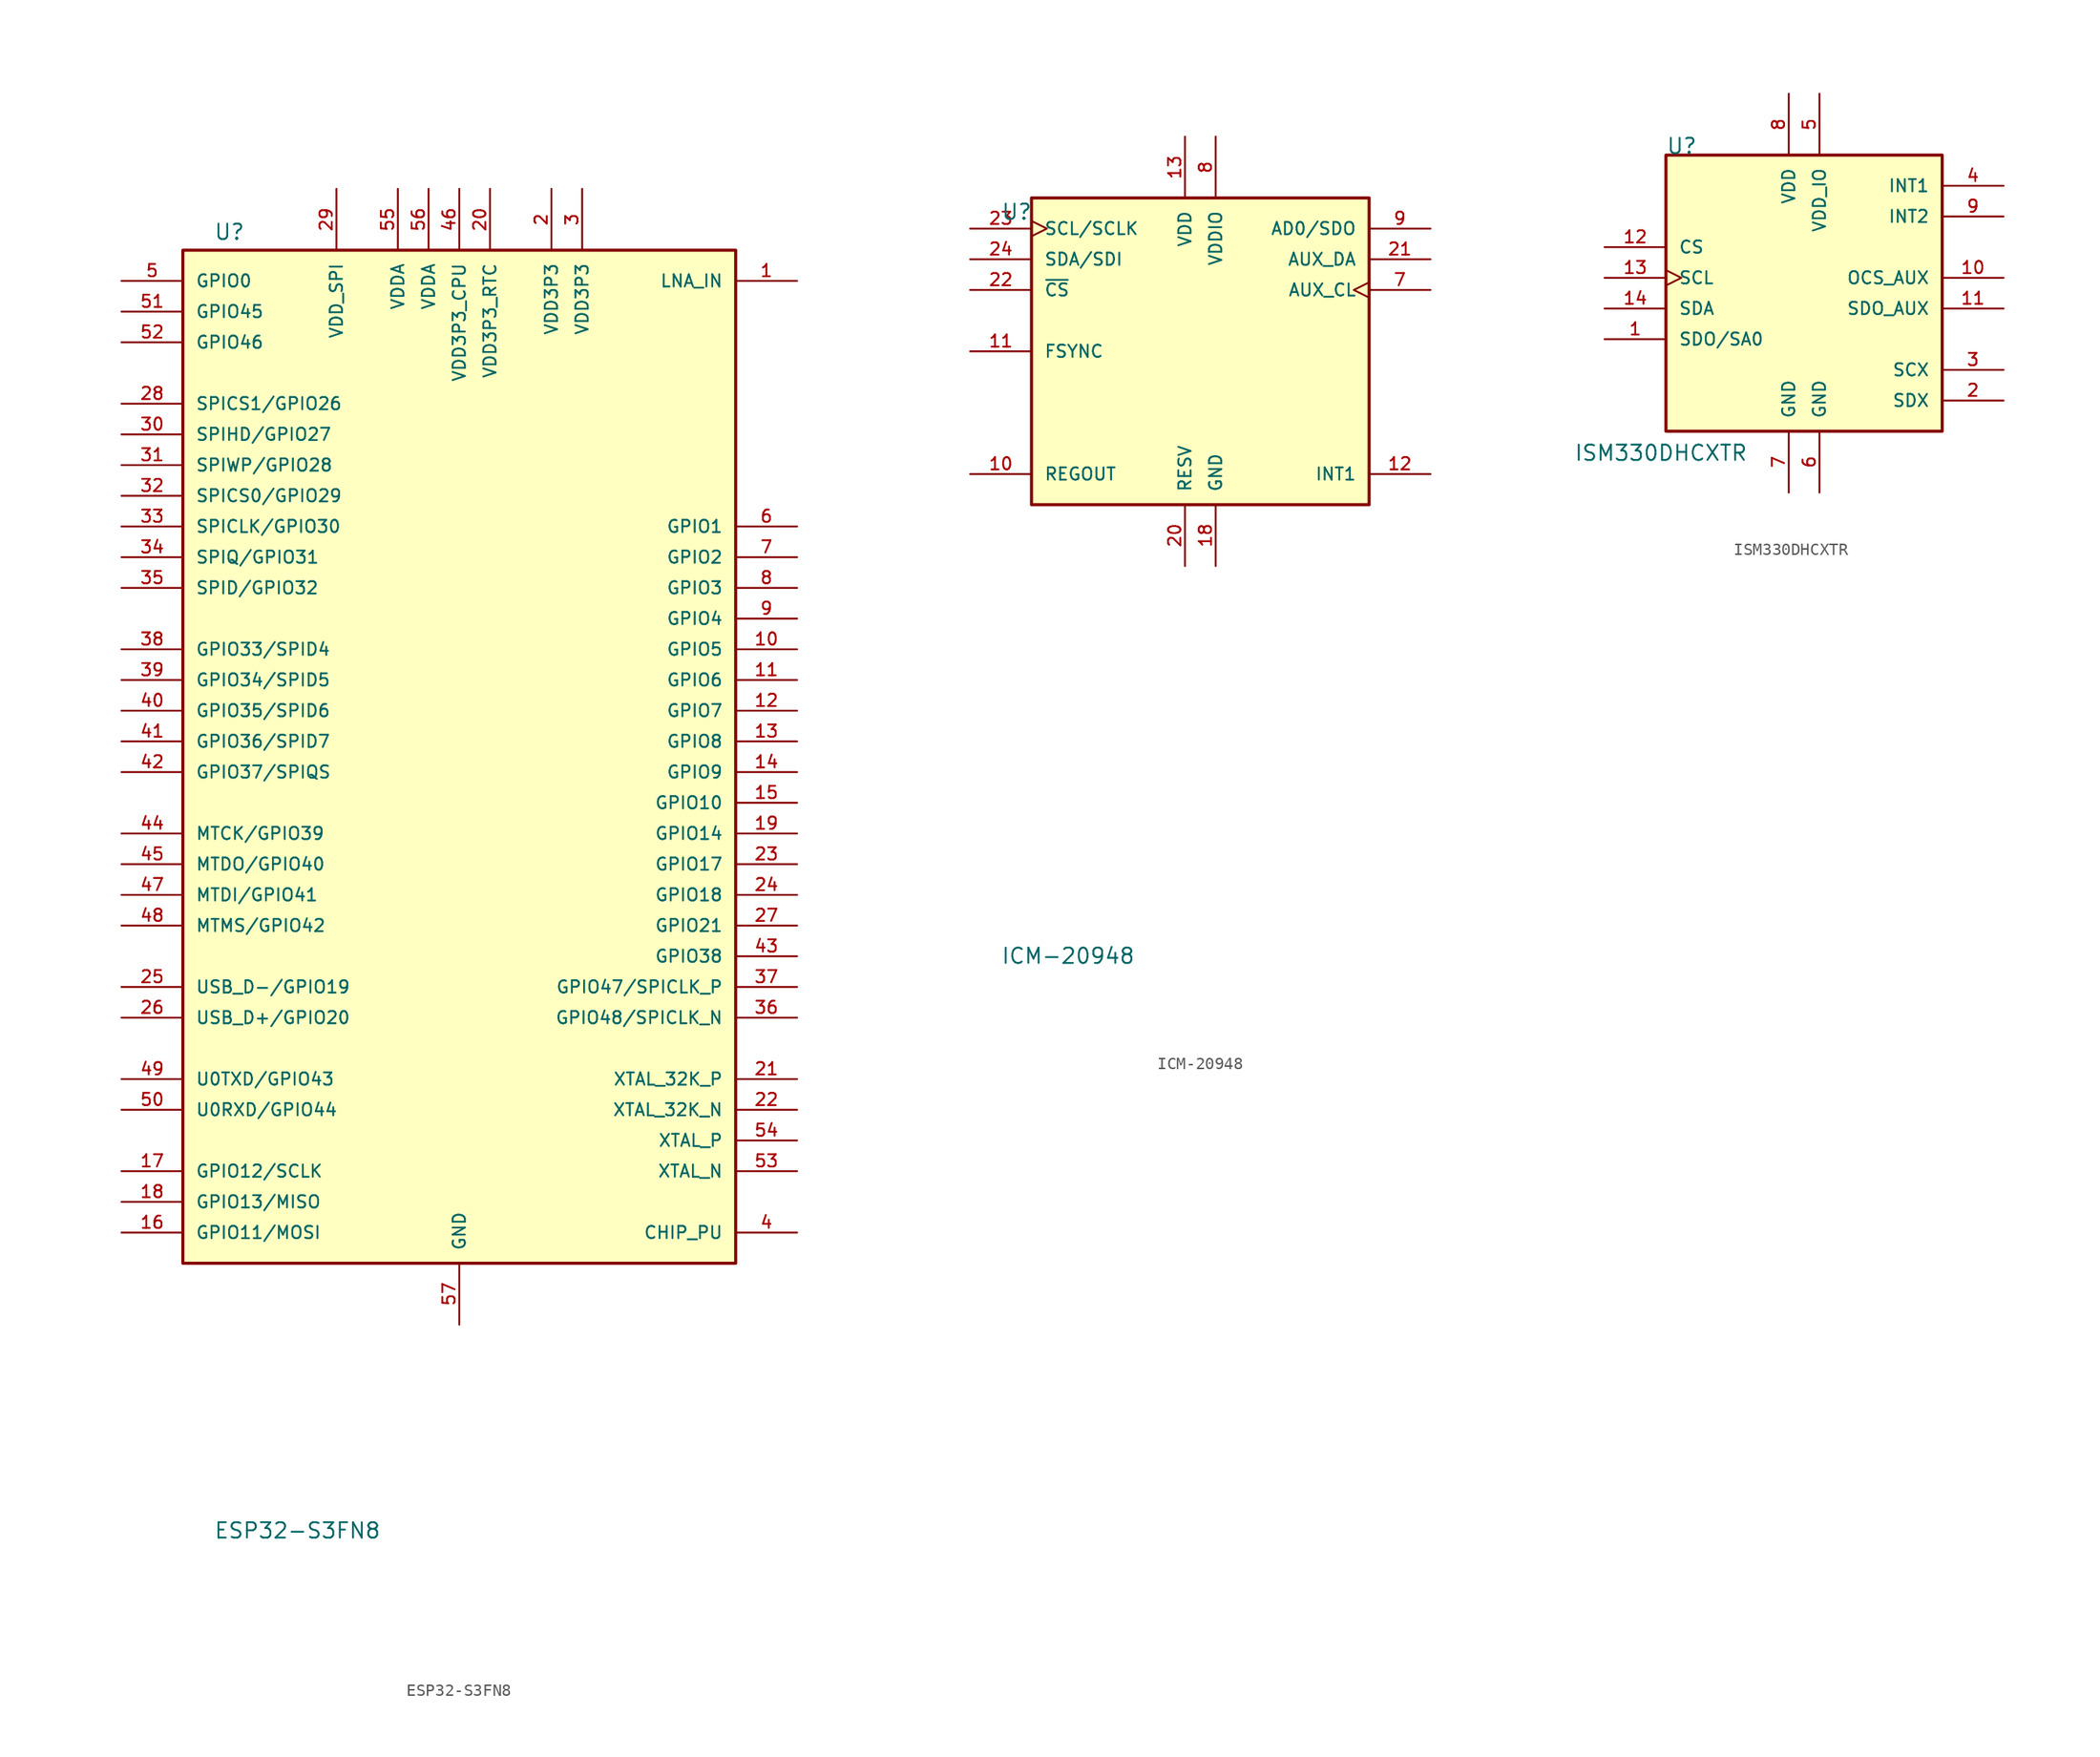
<source format=kicad_sym>
(kicad_symbol_lib
  (version 20231120)
  (generator "kicad_symbol_editor")
  (generator_version "8.0")
  (symbol "ESP32-S3FN8"
    (pin_names
      (offset 1.016))
    (property "Reference" "U"
      (at -17.78 51.562 0)
      (effects (font (size 1.27 1.27)) (justify left bottom)))
    (property "Value" "ESP32-S3FN8"
      (at -17.78 -55.88 0)
      (effects (font (size 1.27 1.27)) (justify left bottom)))
    (symbol "ESP32-S3FN8_0_0"
      (rectangle (start -20.32 50.8) (end 25.4 -33.02) (stroke (width 0.254) (type default)) (fill (type background)))
      (pin bidirectional line (at 30.48 48.26 180) (length 5.08) (name "LNA_IN" (effects (font (size 1.016 1.016)))) (number "1" (effects (font (size 1.016 1.016)))))
      (pin bidirectional line (at 30.48 17.78 180) (length 5.08) (name "GPIO5" (effects (font (size 1.016 1.016)))) (number "10" (effects (font (size 1.016 1.016)))))
      (pin bidirectional line (at 30.48 15.24 180) (length 5.08) (name "GPIO6" (effects (font (size 1.016 1.016)))) (number "11" (effects (font (size 1.016 1.016)))))
      (pin bidirectional line (at 30.48 12.7 180) (length 5.08) (name "GPIO7" (effects (font (size 1.016 1.016)))) (number "12" (effects (font (size 1.016 1.016)))))
      (pin bidirectional line (at 30.48 10.16 180) (length 5.08) (name "GPIO8" (effects (font (size 1.016 1.016)))) (number "13" (effects (font (size 1.016 1.016)))))
      (pin bidirectional line (at 30.48 7.62 180) (length 5.08) (name "GPIO9" (effects (font (size 1.016 1.016)))) (number "14" (effects (font (size 1.016 1.016)))))
      (pin bidirectional line (at 30.48 5.08 180) (length 5.08) (name "GPIO10" (effects (font (size 1.016 1.016)))) (number "15" (effects (font (size 1.016 1.016)))))
      (pin bidirectional line (at 30.48 2.54 180) (length 5.08) (name "GPIO14" (effects (font (size 1.016 1.016)))) (number "19" (effects (font (size 1.016 1.016)))))
      (pin power_in line (at 10.16 55.88 270) (length 5.08) (name "VDD3P3" (effects (font (size 1.016 1.016)))) (number "2" (effects (font (size 1.016 1.016)))))
      (pin power_in line (at 5.08 55.88 270) (length 5.08) (name "VDD3P3_RTC" (effects (font (size 1.016 1.016)))) (number "20" (effects (font (size 1.016 1.016)))))
      (pin bidirectional line (at 30.48 -17.78 180) (length 5.08) (name "XTAL_32K_P" (effects (font (size 1.016 1.016)))) (number "21" (effects (font (size 1.016 1.016)))))
      (pin bidirectional line (at 30.48 -20.32 180) (length 5.08) (name "XTAL_32K_N" (effects (font (size 1.016 1.016)))) (number "22" (effects (font (size 1.016 1.016)))))
      (pin bidirectional line (at 30.48 0 180) (length 5.08) (name "GPIO17" (effects (font (size 1.016 1.016)))) (number "23" (effects (font (size 1.016 1.016)))))
      (pin bidirectional line (at 30.48 -2.54 180) (length 5.08) (name "GPIO18" (effects (font (size 1.016 1.016)))) (number "24" (effects (font (size 1.016 1.016)))))
      (pin bidirectional line (at 30.48 -5.08 180) (length 5.08) (name "GPIO21" (effects (font (size 1.016 1.016)))) (number "27" (effects (font (size 1.016 1.016)))))
      (pin power_in line (at -7.62 55.88 270) (length 5.08) (name "VDD_SPI" (effects (font (size 1.016 1.016)))) (number "29" (effects (font (size 1.016 1.016)))))
      (pin bidirectional line (at 30.48 -12.7 180) (length 5.08) (name "GPIO48/SPICLK_N" (effects (font (size 1.016 1.016)))) (number "36" (effects (font (size 1.016 1.016)))))
      (pin bidirectional line (at 30.48 -10.16 180) (length 5.08) (name "GPIO47/SPICLK_P" (effects (font (size 1.016 1.016)))) (number "37" (effects (font (size 1.016 1.016)))))
      (pin input line (at 30.48 -30.48 180) (length 5.08) (name "CHIP_PU" (effects (font (size 1.016 1.016)))) (number "4" (effects (font (size 1.016 1.016)))))
      (pin bidirectional line (at 30.48 -7.62 180) (length 5.08) (name "GPIO38" (effects (font (size 1.016 1.016)))) (number "43" (effects (font (size 1.016 1.016)))))
      (pin power_in line (at 2.54 55.88 270) (length 5.08) (name "VDD3P3_CPU" (effects (font (size 1.016 1.016)))) (number "46" (effects (font (size 1.016 1.016)))))
      (pin bidirectional line (at -25.4 48.26 0) (length 5.08) (name "GPIO0" (effects (font (size 1.016 1.016)))) (number "5" (effects (font (size 1.016 1.016)))))
      (pin bidirectional line (at -25.4 45.72 0) (length 5.08) (name "GPIO45" (effects (font (size 1.016 1.016)))) (number "51" (effects (font (size 1.016 1.016)))))
      (pin bidirectional line (at -25.4 43.18 0) (length 5.08) (name "GPIO46" (effects (font (size 1.016 1.016)))) (number "52" (effects (font (size 1.016 1.016)))))
      (pin output line (at 30.48 -25.4 180) (length 5.08) (name "XTAL_N" (effects (font (size 1.016 1.016)))) (number "53" (effects (font (size 1.016 1.016)))))
      (pin input line (at 30.48 -22.86 180) (length 5.08) (name "XTAL_P" (effects (font (size 1.016 1.016)))) (number "54" (effects (font (size 1.016 1.016)))))
      (pin power_in line (at -2.54 55.88 270) (length 5.08) (name "VDDA" (effects (font (size 1.016 1.016)))) (number "55" (effects (font (size 1.016 1.016)))))
      (pin power_in line (at 2.54 -38.1 90) (length 5.08) (name "GND" (effects (font (size 1.016 1.016)))) (number "57" (effects (font (size 1.016 1.016)))))
      (pin bidirectional line (at 30.48 27.94 180) (length 5.08) (name "GPIO1" (effects (font (size 1.016 1.016)))) (number "6" (effects (font (size 1.016 1.016)))))
      (pin bidirectional line (at 30.48 25.4 180) (length 5.08) (name "GPIO2" (effects (font (size 1.016 1.016)))) (number "7" (effects (font (size 1.016 1.016)))))
      (pin bidirectional line (at 30.48 22.86 180) (length 5.08) (name "GPIO3" (effects (font (size 1.016 1.016)))) (number "8" (effects (font (size 1.016 1.016)))))
      (pin bidirectional line (at 30.48 20.32 180) (length 5.08) (name "GPIO4" (effects (font (size 1.016 1.016)))) (number "9" (effects (font (size 1.016 1.016))))))
    (symbol "ESP32-S3FN8_1_0"
      (pin bidirectional line (at -25.4 -30.48 0) (length 5.08) (name "GPIO11/MOSI" (effects (font (size 1.016 1.016)))) (number "16" (effects (font (size 1.016 1.016)))))
      (pin bidirectional line (at -25.4 -25.4 0) (length 5.08) (name "GPIO12/SCLK" (effects (font (size 1.016 1.016)))) (number "17" (effects (font (size 1.016 1.016)))))
      (pin bidirectional line (at -25.4 -27.94 0) (length 5.08) (name "GPIO13/MISO" (effects (font (size 1.016 1.016)))) (number "18" (effects (font (size 1.016 1.016)))))
      (pin bidirectional line (at -25.4 -10.16 0) (length 5.08) (name "USB_D-/GPIO19" (effects (font (size 1.016 1.016)))) (number "25" (effects (font (size 1.016 1.016)))))
      (pin bidirectional line (at -25.4 -12.7 0) (length 5.08) (name "USB_D+/GPIO20" (effects (font (size 1.016 1.016)))) (number "26" (effects (font (size 1.016 1.016)))))
      (pin bidirectional line (at -25.4 38.1 0) (length 5.08) (name "SPICS1/GPIO26" (effects (font (size 1.016 1.016)))) (number "28" (effects (font (size 1.016 1.016)))))
      (pin power_in line (at 12.7 55.88 270) (length 5.08) (name "VDD3P3" (effects (font (size 1.016 1.016)))) (number "3" (effects (font (size 1.016 1.016)))))
      (pin bidirectional line (at -25.4 35.56 0) (length 5.08) (name "SPIHD/GPIO27" (effects (font (size 1.016 1.016)))) (number "30" (effects (font (size 1.016 1.016)))))
      (pin bidirectional line (at -25.4 33.02 0) (length 5.08) (name "SPIWP/GPIO28" (effects (font (size 1.016 1.016)))) (number "31" (effects (font (size 1.016 1.016)))))
      (pin bidirectional line (at -25.4 30.48 0) (length 5.08) (name "SPICS0/GPIO29" (effects (font (size 1.016 1.016)))) (number "32" (effects (font (size 1.016 1.016)))))
      (pin bidirectional line (at -25.4 27.94 0) (length 5.08) (name "SPICLK/GPIO30" (effects (font (size 1.016 1.016)))) (number "33" (effects (font (size 1.016 1.016)))))
      (pin bidirectional line (at -25.4 25.4 0) (length 5.08) (name "SPIQ/GPIO31" (effects (font (size 1.016 1.016)))) (number "34" (effects (font (size 1.016 1.016)))))
      (pin bidirectional line (at -25.4 22.86 0) (length 5.08) (name "SPID/GPIO32" (effects (font (size 1.016 1.016)))) (number "35" (effects (font (size 1.016 1.016)))))
      (pin bidirectional line (at -25.4 17.78 0) (length 5.08) (name "GPIO33/SPID4" (effects (font (size 1.016 1.016)))) (number "38" (effects (font (size 1.016 1.016)))))
      (pin bidirectional line (at -25.4 15.24 0) (length 5.08) (name "GPIO34/SPID5" (effects (font (size 1.016 1.016)))) (number "39" (effects (font (size 1.016 1.016)))))
      (pin bidirectional line (at -25.4 12.7 0) (length 5.08) (name "GPIO35/SPID6" (effects (font (size 1.016 1.016)))) (number "40" (effects (font (size 1.016 1.016)))))
      (pin bidirectional line (at -25.4 10.16 0) (length 5.08) (name "GPIO36/SPID7" (effects (font (size 1.016 1.016)))) (number "41" (effects (font (size 1.016 1.016)))))
      (pin bidirectional line (at -25.4 7.62 0) (length 5.08) (name "GPIO37/SPIQS" (effects (font (size 1.016 1.016)))) (number "42" (effects (font (size 1.016 1.016)))))
      (pin bidirectional line (at -25.4 2.54 0) (length 5.08) (name "MTCK/GPIO39" (effects (font (size 1.016 1.016)))) (number "44" (effects (font (size 1.016 1.016)))))
      (pin bidirectional line (at -25.4 0 0) (length 5.08) (name "MTDO/GPIO40" (effects (font (size 1.016 1.016)))) (number "45" (effects (font (size 1.016 1.016)))))
      (pin bidirectional line (at -25.4 -2.54 0) (length 5.08) (name "MTDI/GPIO41" (effects (font (size 1.016 1.016)))) (number "47" (effects (font (size 1.016 1.016)))))
      (pin bidirectional line (at -25.4 -5.08 0) (length 5.08) (name "MTMS/GPIO42" (effects (font (size 1.016 1.016)))) (number "48" (effects (font (size 1.016 1.016)))))
      (pin bidirectional line (at -25.4 -17.78 0) (length 5.08) (name "U0TXD/GPIO43" (effects (font (size 1.016 1.016)))) (number "49" (effects (font (size 1.016 1.016)))))
      (pin bidirectional line (at -25.4 -20.32 0) (length 5.08) (name "U0RXD/GPIO44" (effects (font (size 1.016 1.016)))) (number "50" (effects (font (size 1.016 1.016)))))
      (pin power_in line (at 0 55.88 270) (length 5.08) (name "VDDA" (effects (font (size 1.016 1.016)))) (number "56" (effects (font (size 1.016 1.016)))))))
  (symbol "ICM-20948"
    (pin_names
      (offset 1.016))
    (property "Reference" "U"
      (at -15.24 18.415 0)
      (effects (font (size 1.27 1.27)) (justify left bottom)))
    (property "Value" "ICM-20948"
      (at -15.24 -43.18 0)
      (effects (font (size 1.27 1.27)) (justify left bottom)))
    (symbol "ICM-20948_0_0"
      (rectangle (start -12.7 20.32) (end 15.24 -5.08) (stroke (width 0.254) (type default)) (fill (type background)))
      (pin output line (at -17.78 -2.54 0) (length 5.08) (name "REGOUT" (effects (font (size 1.016 1.016)))) (number "10" (effects (font (size 1.016 1.016)))))
      (pin input line (at -17.78 7.62 0) (length 5.08) (name "FSYNC" (effects (font (size 1.016 1.016)))) (number "11" (effects (font (size 1.016 1.016)))))
      (pin output line (at 20.32 -2.54 180) (length 5.08) (name "INT1" (effects (font (size 1.016 1.016)))) (number "12" (effects (font (size 1.016 1.016)))))
      (pin power_in line (at 0 25.4 270) (length 5.08) (name "VDD" (effects (font (size 1.016 1.016)))) (number "13" (effects (font (size 1.016 1.016)))))
      (pin power_in line (at 2.54 -10.16 90) (length 5.08) (name "GND" (effects (font (size 1.016 1.016)))) (number "18" (effects (font (size 1.016 1.016)))))
      (pin bidirectional line (at 20.32 15.24 180) (length 5.08) (name "AUX_DA" (effects (font (size 1.016 1.016)))) (number "21" (effects (font (size 1.016 1.016)))))
      (pin input line (at -17.78 12.7 0) (length 5.08) (name "~{CS}" (effects (font (size 1.016 1.016)))) (number "22" (effects (font (size 1.016 1.016)))))
      (pin input clock (at -17.78 17.78 0) (length 5.08) (name "SCL/SCLK" (effects (font (size 1.016 1.016)))) (number "23" (effects (font (size 1.016 1.016)))))
      (pin bidirectional line (at -17.78 15.24 0) (length 5.08) (name "SDA/SDI" (effects (font (size 1.016 1.016)))) (number "24" (effects (font (size 1.016 1.016)))))
      (pin input clock (at 20.32 12.7 180) (length 5.08) (name "AUX_CL" (effects (font (size 1.016 1.016)))) (number "7" (effects (font (size 1.016 1.016)))))
      (pin power_in line (at 2.54 25.4 270) (length 5.08) (name "VDDIO" (effects (font (size 1.016 1.016)))) (number "8" (effects (font (size 1.016 1.016)))))
      (pin bidirectional line (at 20.32 17.78 180) (length 5.08) (name "AD0/SDO" (effects (font (size 1.016 1.016)))) (number "9" (effects (font (size 1.016 1.016))))))
    (symbol "ICM-20948_1_0"
      (pin passive line (at 0 -10.16 90) (length 5.08) (name "RESV" (effects (font (size 1.016 1.016)))) (number "20" (effects (font (size 1.016 1.016)))))))
  (symbol "ISM330DHCXTR"
    (pin_names
      (offset 1.016))
    (property "Reference" "U"
      (at -12.7 17.78 0)
      (effects (font (size 1.27 1.27)) (justify left bottom)))
    (property "Value" "ISM330DHCXTR"
      (at -20.32 -7.62 0)
      (effects (font (size 1.27 1.27)) (justify left bottom)))
    (symbol "ISM330DHCXTR_0_0"
      (rectangle (start -12.7 17.78) (end 10.16 -5.08) (stroke (width 0.254) (type default)) (fill (type background)))
      (pin bidirectional line (at -17.78 2.54 0) (length 5.08) (name "SDO/SA0" (effects (font (size 1.016 1.016)))) (number "1" (effects (font (size 1.016 1.016)))))
      (pin bidirectional line (at 15.24 7.62 180) (length 5.08) (name "OCS_AUX" (effects (font (size 1.016 1.016)))) (number "10" (effects (font (size 1.016 1.016)))))
      (pin bidirectional line (at 15.24 5.08 180) (length 5.08) (name "SDO_AUX" (effects (font (size 1.016 1.016)))) (number "11" (effects (font (size 1.016 1.016)))))
      (pin input line (at -17.78 10.16 0) (length 5.08) (name "CS" (effects (font (size 1.016 1.016)))) (number "12" (effects (font (size 1.016 1.016)))))
      (pin input clock (at -17.78 7.62 0) (length 5.08) (name "SCL" (effects (font (size 1.016 1.016)))) (number "13" (effects (font (size 1.016 1.016)))))
      (pin bidirectional line (at -17.78 5.08 0) (length 5.08) (name "SDA" (effects (font (size 1.016 1.016)))) (number "14" (effects (font (size 1.016 1.016)))))
      (pin bidirectional line (at 15.24 -2.54 180) (length 5.08) (name "SDX" (effects (font (size 1.016 1.016)))) (number "2" (effects (font (size 1.016 1.016)))))
      (pin bidirectional line (at 15.24 0 180) (length 5.08) (name "SCX" (effects (font (size 1.016 1.016)))) (number "3" (effects (font (size 1.016 1.016)))))
      (pin output line (at 15.24 15.24 180) (length 5.08) (name "INT1" (effects (font (size 1.016 1.016)))) (number "4" (effects (font (size 1.016 1.016)))))
      (pin power_in line (at 0 22.86 270) (length 5.08) (name "VDD_IO" (effects (font (size 1.016 1.016)))) (number "5" (effects (font (size 1.016 1.016)))))
      (pin power_in line (at 0 -10.16 90) (length 5.08) (name "GND" (effects (font (size 1.016 1.016)))) (number "6" (effects (font (size 1.016 1.016)))))
      (pin power_in line (at -2.54 22.86 270) (length 5.08) (name "VDD" (effects (font (size 1.016 1.016)))) (number "8" (effects (font (size 1.016 1.016)))))
      (pin output line (at 15.24 12.7 180) (length 5.08) (name "INT2" (effects (font (size 1.016 1.016)))) (number "9" (effects (font (size 1.016 1.016))))))
    (symbol "ISM330DHCXTR_1_0"
      (pin power_in line (at -2.54 -10.16 90) (length 5.08) (name "GND" (effects (font (size 1.016 1.016)))) (number "7" (effects (font (size 1.016 1.016))))))))
</source>
